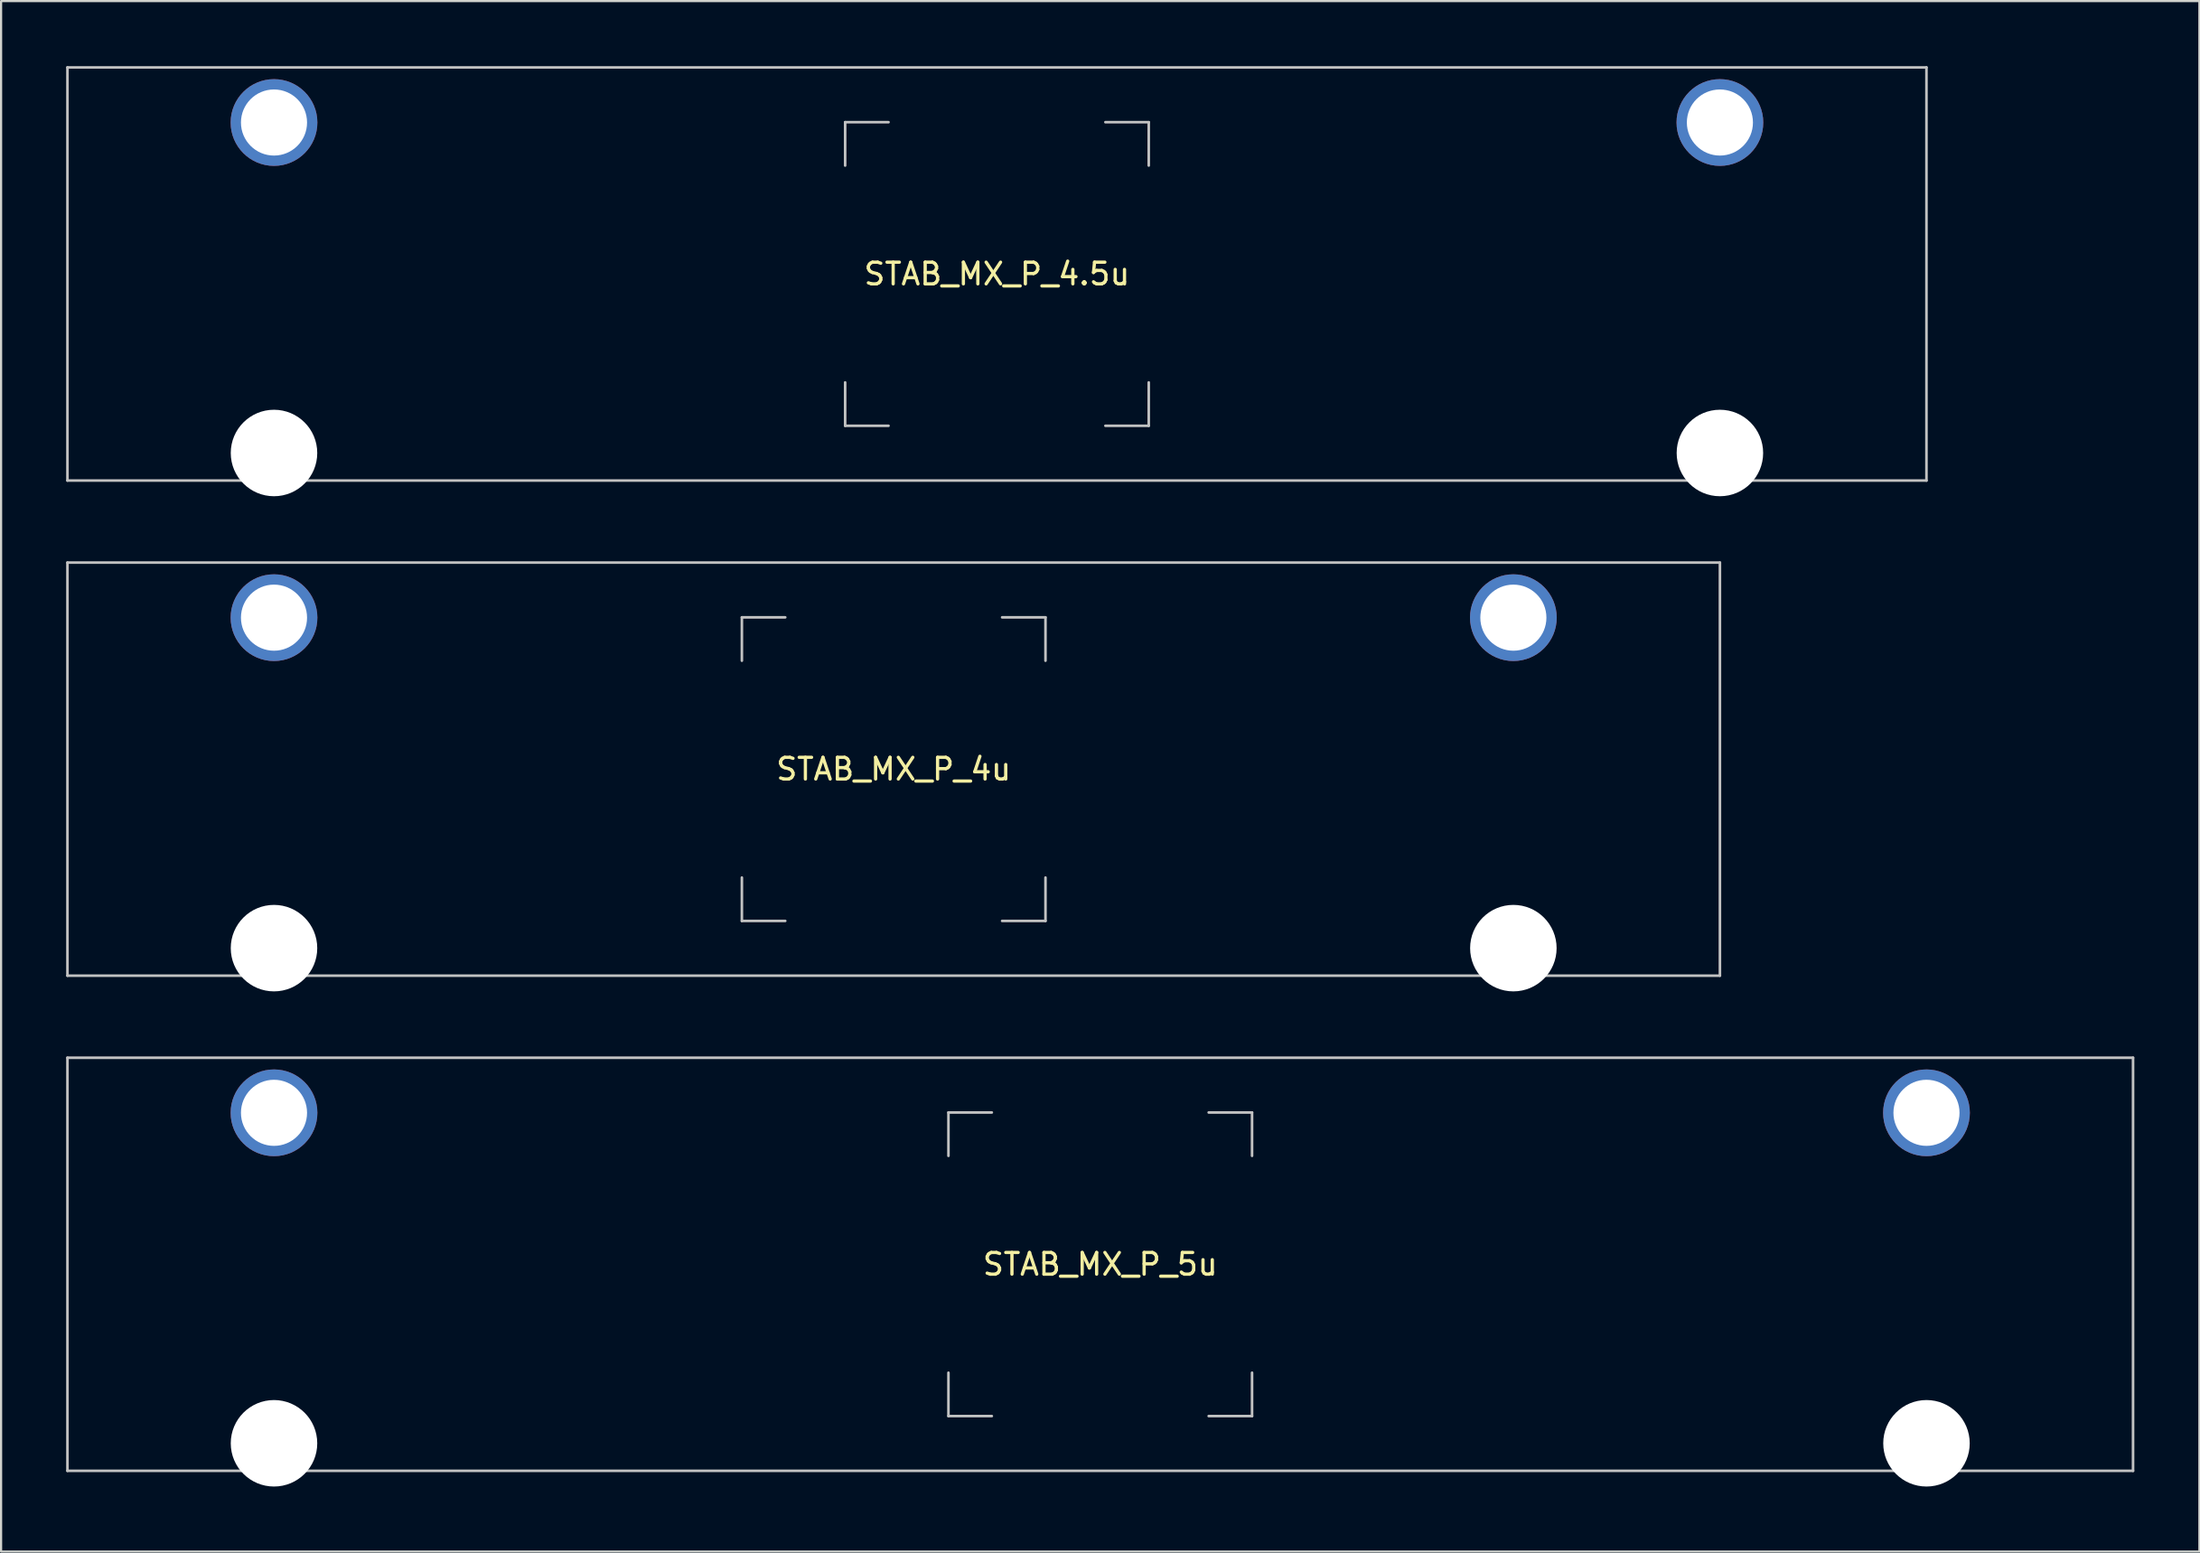
<source format=kicad_pcb>
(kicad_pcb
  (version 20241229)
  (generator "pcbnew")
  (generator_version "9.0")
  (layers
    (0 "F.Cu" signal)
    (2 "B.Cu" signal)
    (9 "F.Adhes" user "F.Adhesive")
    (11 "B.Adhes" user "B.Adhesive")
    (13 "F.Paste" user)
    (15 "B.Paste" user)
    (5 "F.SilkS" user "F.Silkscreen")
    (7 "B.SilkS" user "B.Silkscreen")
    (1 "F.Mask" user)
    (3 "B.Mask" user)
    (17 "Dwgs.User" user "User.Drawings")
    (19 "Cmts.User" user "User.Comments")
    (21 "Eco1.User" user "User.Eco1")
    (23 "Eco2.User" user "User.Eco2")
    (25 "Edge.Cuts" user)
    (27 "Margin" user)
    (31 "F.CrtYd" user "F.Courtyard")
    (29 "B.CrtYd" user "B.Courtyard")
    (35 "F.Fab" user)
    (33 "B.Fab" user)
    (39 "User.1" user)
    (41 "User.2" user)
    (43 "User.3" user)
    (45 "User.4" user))
  (footprint "STAB_MX_P_4u"
    (layer "F.Cu")
    (at 38.16 32.419)
    (property "Reference" "STAB_MX_P_4u" (at 0 0 0) (layer "F.SilkS") (effects (font (size 1 1) (thickness 0.15))))
    (attr through_hole exclude_from_pos_files exclude_from_bom)
    (fp_line (start -38.1 -9.525) (end -38.1 9.525) (stroke (width 0.12) (type solid)) (layer "Dwgs.User"))
    (fp_line (start -38.1 -9.525) (end 38.1 -9.525) (stroke (width 0.12) (type solid)) (layer "Dwgs.User"))
    (fp_line (start -38.1 9.525) (end 38.1 9.525) (stroke (width 0.12) (type solid)) (layer "Dwgs.User"))
    (fp_line (start -7 -7) (end -5 -7) (stroke (width 0.12) (type solid)) (layer "Dwgs.User"))
    (fp_line (start -7 -5) (end -7 -7) (stroke (width 0.12) (type solid)) (layer "Dwgs.User"))
    (fp_line (start -7 7) (end -7 5) (stroke (width 0.12) (type solid)) (layer "Dwgs.User"))
    (fp_line (start -5 7) (end -7 7) (stroke (width 0.12) (type solid)) (layer "Dwgs.User"))
    (fp_line (start 5 -7) (end 7 -7) (stroke (width 0.12) (type solid)) (layer "Dwgs.User"))
    (fp_line (start 5 7) (end 7 7) (stroke (width 0.12) (type solid)) (layer "Dwgs.User"))
    (fp_line (start 7 -7) (end 7 -5) (stroke (width 0.12) (type solid)) (layer "Dwgs.User"))
    (fp_line (start 7 7) (end 7 5) (stroke (width 0.12) (type solid)) (layer "Dwgs.User"))
    (fp_line (start 38.1 -9.525) (end 38.1 9.525) (stroke (width 0.12) (type solid)) (layer "Dwgs.User"))
    (fp_line (start -31.95 -5.5) (end -31.95 7.5) (stroke (width 0.05) (type solid)) (layer "Eco2.User"))
    (fp_line (start -31.45 -6) (end -25.7 -6) (stroke (width 0.05) (type solid)) (layer "Eco2.User"))
    (fp_line (start -31.45 8) (end -25.7 8) (stroke (width 0.05) (type solid)) (layer "Eco2.User"))
    (fp_line (start -25.2 -5.5) (end -25.2 7.5) (stroke (width 0.05) (type solid)) (layer "Eco2.User"))
    (fp_line (start 25.2 -5.5) (end 25.2 7.5) (stroke (width 0.05) (type solid)) (layer "Eco2.User"))
    (fp_line (start 25.7 -6) (end 31.449 -6) (stroke (width 0.05) (type solid)) (layer "Eco2.User"))
    (fp_line (start 25.7 8) (end 31.45 8) (stroke (width 0.05) (type solid)) (layer "Eco2.User"))
    (fp_line (start 31.949 -5.5) (end 31.95 7.5) (stroke (width 0.05) (type solid)) (layer "Eco2.User"))
    (fp_arc (start -31.95 -5.499999) (mid -31.803553 -5.853552) (end -31.45 -5.999999) (stroke (width 0.05) (type solid)) (layer "Eco2.User"))
    (fp_arc (start -31.45 8.000001) (mid -31.803553 7.853554) (end -31.95 7.500001) (stroke (width 0.05) (type solid)) (layer "Eco2.User"))
    (fp_arc (start -25.7 -5.999999) (mid -25.346447 -5.853552) (end -25.2 -5.499999) (stroke (width 0.05) (type solid)) (layer "Eco2.User"))
    (fp_arc (start -25.2 7.500001) (mid -25.346447 7.853554) (end -25.7 8.000001) (stroke (width 0.05) (type solid)) (layer "Eco2.User"))
    (fp_arc (start 25.2 -5.499999) (mid 25.346447 -5.853552) (end 25.7 -5.999999) (stroke (width 0.05) (type solid)) (layer "Eco2.User"))
    (fp_arc (start 25.7 8.000001) (mid 25.346447 7.853554) (end 25.2 7.500001) (stroke (width 0.05) (type solid)) (layer "Eco2.User"))
    (fp_arc (start 31.448789 -5.999999) (mid 31.802342 -5.853552) (end 31.948789 -5.499999) (stroke (width 0.05) (type solid)) (layer "Eco2.User"))
    (fp_arc (start 31.95 7.500001) (mid 31.803553 7.853554) (end 31.45 8.000001) (stroke (width 0.05) (type solid)) (layer "Eco2.User"))
    (pad "" thru_hole circle (at -28.575 -6.985) (size 4 4) (drill 3.048) (layers "*.Cu" "B.Mask"))
    (pad "" np_thru_hole circle (at -28.575 8.255) (size 3.988 3.988) (drill 3.988) (layers "*.Cu" "*.Mask"))
    (pad "" thru_hole circle (at 28.575 -6.985) (size 4 4) (drill 3.048) (layers "*.Cu" "B.Mask"))
    (pad "" np_thru_hole circle (at 28.575 8.255) (size 3.988 3.988) (drill 3.988) (layers "*.Cu" "*.Mask")))
  (footprint "STAB_MX_P_4.5u"
    (layer "F.Cu")
    (at 42.922 9.585)
    (property "Reference" "STAB_MX_P_4.5u" (at 0 0 0) (layer "F.SilkS") (effects (font (size 1 1) (thickness 0.15))))
    (attr through_hole exclude_from_pos_files exclude_from_bom)
    (fp_line (start -42.862 -9.525) (end -42.862 9.525) (stroke (width 0.12) (type solid)) (layer "Dwgs.User"))
    (fp_line (start -42.862 -9.525) (end 42.862 -9.525) (stroke (width 0.12) (type solid)) (layer "Dwgs.User"))
    (fp_line (start -42.862 9.525) (end 42.862 9.525) (stroke (width 0.12) (type solid)) (layer "Dwgs.User"))
    (fp_line (start -7 -7) (end -5 -7) (stroke (width 0.12) (type solid)) (layer "Dwgs.User"))
    (fp_line (start -7 -5) (end -7 -7) (stroke (width 0.12) (type solid)) (layer "Dwgs.User"))
    (fp_line (start -7 7) (end -7 5) (stroke (width 0.12) (type solid)) (layer "Dwgs.User"))
    (fp_line (start -5 7) (end -7 7) (stroke (width 0.12) (type solid)) (layer "Dwgs.User"))
    (fp_line (start 5 -7) (end 7 -7) (stroke (width 0.12) (type solid)) (layer "Dwgs.User"))
    (fp_line (start 5 7) (end 7 7) (stroke (width 0.12) (type solid)) (layer "Dwgs.User"))
    (fp_line (start 7 -7) (end 7 -5) (stroke (width 0.12) (type solid)) (layer "Dwgs.User"))
    (fp_line (start 7 7) (end 7 5) (stroke (width 0.12) (type solid)) (layer "Dwgs.User"))
    (fp_line (start 42.862 -9.525) (end 42.862 9.525) (stroke (width 0.12) (type solid)) (layer "Dwgs.User"))
    (fp_line (start -36.712 -5.5) (end -36.712 7.5) (stroke (width 0.05) (type solid)) (layer "Eco2.User"))
    (fp_line (start -36.212 -6) (end -30.462 -6) (stroke (width 0.05) (type solid)) (layer "Eco2.User"))
    (fp_line (start -36.212 8) (end -30.462 8) (stroke (width 0.05) (type solid)) (layer "Eco2.User"))
    (fp_line (start -29.962 -5.5) (end -29.962 7.5) (stroke (width 0.05) (type solid)) (layer "Eco2.User"))
    (fp_line (start 29.962 -5.5) (end 29.962 7.5) (stroke (width 0.05) (type solid)) (layer "Eco2.User"))
    (fp_line (start 30.462 -6) (end 36.211 -6) (stroke (width 0.05) (type solid)) (layer "Eco2.User"))
    (fp_line (start 30.462 8) (end 36.212 8) (stroke (width 0.05) (type solid)) (layer "Eco2.User"))
    (fp_line (start 36.711 -5.5) (end 36.712 7.5) (stroke (width 0.05) (type solid)) (layer "Eco2.User"))
    (fp_arc (start -36.7125 -5.499999) (mid -36.566053 -5.853552) (end -36.2125 -5.999999) (stroke (width 0.05) (type solid)) (layer "Eco2.User"))
    (fp_arc (start -36.2125 8.000001) (mid -36.566053 7.853554) (end -36.7125 7.500001) (stroke (width 0.05) (type solid)) (layer "Eco2.User"))
    (fp_arc (start -30.4625 -5.999999) (mid -30.108947 -5.853552) (end -29.9625 -5.499999) (stroke (width 0.05) (type solid)) (layer "Eco2.User"))
    (fp_arc (start -29.9625 7.500001) (mid -30.108947 7.853554) (end -30.4625 8.000001) (stroke (width 0.05) (type solid)) (layer "Eco2.User"))
    (fp_arc (start 29.9625 -5.499999) (mid 30.108946 -5.853553) (end 30.4625 -5.999999) (stroke (width 0.05) (type solid)) (layer "Eco2.User"))
    (fp_arc (start 30.4625 8.000001) (mid 30.108946 7.853554) (end 29.9625 7.500001) (stroke (width 0.05) (type solid)) (layer "Eco2.User"))
    (fp_arc (start 36.211289 -5.999999) (mid 36.564849 -5.853556) (end 36.711289 -5.499999) (stroke (width 0.05) (type solid)) (layer "Eco2.User"))
    (fp_arc (start 36.7125 7.500001) (mid 36.566053 7.853554) (end 36.2125 8.000001) (stroke (width 0.05) (type solid)) (layer "Eco2.User"))
    (pad "" thru_hole circle (at -33.337 -6.985) (size 4 4) (drill 3.048) (layers "*.Cu" "B.Mask"))
    (pad "" np_thru_hole circle (at -33.337 8.255) (size 3.988 3.988) (drill 3.988) (layers "*.Cu" "*.Mask"))
    (pad "" thru_hole circle (at 33.337 -6.985) (size 4 4) (drill 3.048) (layers "*.Cu" "B.Mask"))
    (pad "" np_thru_hole circle (at 33.337 8.255) (size 3.988 3.988) (drill 3.988) (layers "*.Cu" "*.Mask")))
  (footprint "STAB_MX_P_5u"
    (layer "F.Cu")
    (at 47.685 55.253)
    (property "Reference" "STAB_MX_P_5u" (at 0 0 0) (layer "F.SilkS") (effects (font (size 1 1) (thickness 0.15))))
    (attr through_hole exclude_from_pos_files exclude_from_bom)
    (fp_line (start -47.625 -9.525) (end -47.625 9.525) (stroke (width 0.12) (type solid)) (layer "Dwgs.User"))
    (fp_line (start -47.625 -9.525) (end 47.625 -9.525) (stroke (width 0.12) (type solid)) (layer "Dwgs.User"))
    (fp_line (start -47.625 9.525) (end 47.625 9.525) (stroke (width 0.12) (type solid)) (layer "Dwgs.User"))
    (fp_line (start -7 -7) (end -5 -7) (stroke (width 0.12) (type solid)) (layer "Dwgs.User"))
    (fp_line (start -7 -5) (end -7 -7) (stroke (width 0.12) (type solid)) (layer "Dwgs.User"))
    (fp_line (start -7 7) (end -7 5) (stroke (width 0.12) (type solid)) (layer "Dwgs.User"))
    (fp_line (start -5 7) (end -7 7) (stroke (width 0.12) (type solid)) (layer "Dwgs.User"))
    (fp_line (start 5 -7) (end 7 -7) (stroke (width 0.12) (type solid)) (layer "Dwgs.User"))
    (fp_line (start 5 7) (end 7 7) (stroke (width 0.12) (type solid)) (layer "Dwgs.User"))
    (fp_line (start 7 -7) (end 7 -5) (stroke (width 0.12) (type solid)) (layer "Dwgs.User"))
    (fp_line (start 7 7) (end 7 5) (stroke (width 0.12) (type solid)) (layer "Dwgs.User"))
    (fp_line (start 47.625 -9.525) (end 47.625 9.525) (stroke (width 0.12) (type solid)) (layer "Dwgs.User"))
    (fp_line (start -41.475 -5.5) (end -41.475 7.5) (stroke (width 0.05) (type solid)) (layer "Eco2.User"))
    (fp_line (start -40.975 -6) (end -35.225 -6) (stroke (width 0.05) (type solid)) (layer "Eco2.User"))
    (fp_line (start -40.975 8) (end -35.225 8) (stroke (width 0.05) (type solid)) (layer "Eco2.User"))
    (fp_line (start -34.725 -5.5) (end -34.725 7.5) (stroke (width 0.05) (type solid)) (layer "Eco2.User"))
    (fp_line (start 34.725 -5.5) (end 34.725 7.5) (stroke (width 0.05) (type solid)) (layer "Eco2.User"))
    (fp_line (start 35.225 -6) (end 40.974 -6) (stroke (width 0.05) (type solid)) (layer "Eco2.User"))
    (fp_line (start 35.225 8) (end 40.975 8) (stroke (width 0.05) (type solid)) (layer "Eco2.User"))
    (fp_line (start 41.474 -5.5) (end 41.475 7.5) (stroke (width 0.05) (type solid)) (layer "Eco2.User"))
    (fp_arc (start -41.475 -5.499999) (mid -41.328553 -5.853552) (end -40.975 -5.999999) (stroke (width 0.05) (type solid)) (layer "Eco2.User"))
    (fp_arc (start -40.975 8.000001) (mid -41.328553 7.853554) (end -41.475 7.500001) (stroke (width 0.05) (type solid)) (layer "Eco2.User"))
    (fp_arc (start -35.225 -5.999999) (mid -34.871447 -5.853552) (end -34.725 -5.499999) (stroke (width 0.05) (type solid)) (layer "Eco2.User"))
    (fp_arc (start -34.725 7.500001) (mid -34.871447 7.853554) (end -35.225 8.000001) (stroke (width 0.05) (type solid)) (layer "Eco2.User"))
    (fp_arc (start 34.725 -5.499999) (mid 34.871446 -5.853553) (end 35.225 -5.999999) (stroke (width 0.05) (type solid)) (layer "Eco2.User"))
    (fp_arc (start 35.225 8.000001) (mid 34.871446 7.853554) (end 34.725 7.500001) (stroke (width 0.05) (type solid)) (layer "Eco2.User"))
    (fp_arc (start 40.973789 -5.999999) (mid 41.327349 -5.853556) (end 41.473789 -5.499999) (stroke (width 0.05) (type solid)) (layer "Eco2.User"))
    (fp_arc (start 41.475 7.500001) (mid 41.328553 7.853554) (end 40.975 8.000001) (stroke (width 0.05) (type solid)) (layer "Eco2.User"))
    (pad "" thru_hole circle (at -38.1 -6.985) (size 4 4) (drill 3.048) (layers "*.Cu" "B.Mask"))
    (pad "" np_thru_hole circle (at -38.1 8.255) (size 3.988 3.988) (drill 3.988) (layers "*.Cu" "*.Mask"))
    (pad "" thru_hole circle (at 38.1 -6.985) (size 4 4) (drill 3.048) (layers "*.Cu" "B.Mask"))
    (pad "" np_thru_hole circle (at 38.1 8.255) (size 3.988 3.988) (drill 3.988) (layers "*.Cu" "*.Mask")))
  (gr_rect
    (start -3 -3)
    (end 98.37 68.502)
    (stroke (width 0.1) (type default))
    (fill no)
    (layer "Edge.Cuts")))
</source>
